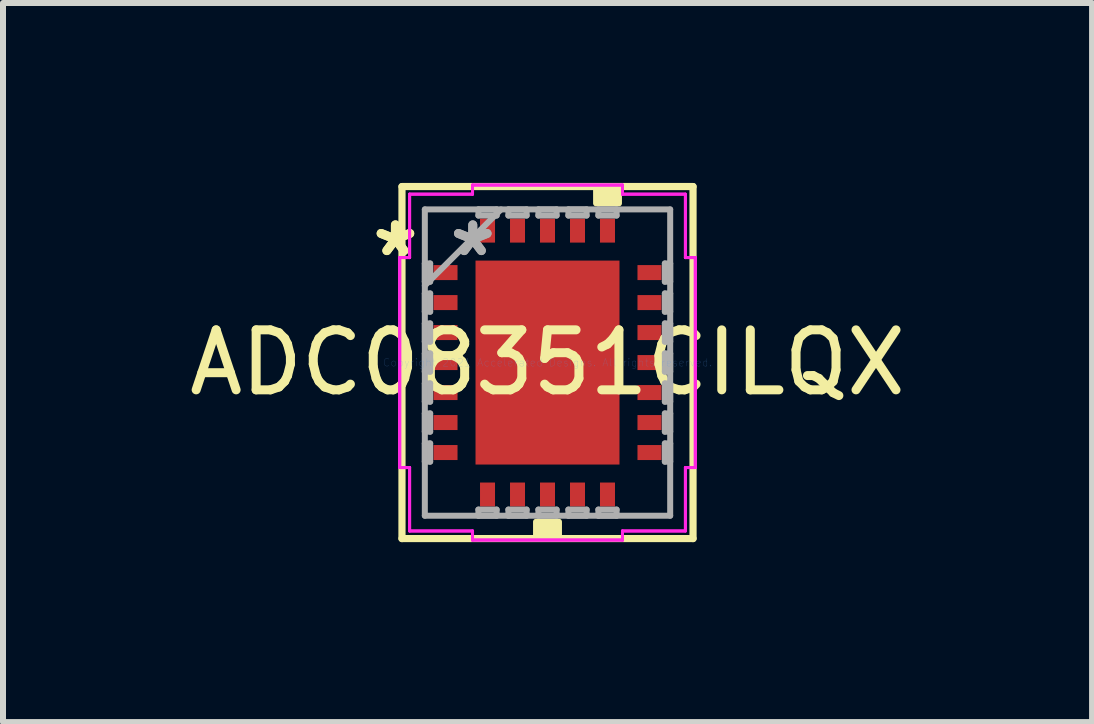
<source format=kicad_pcb>
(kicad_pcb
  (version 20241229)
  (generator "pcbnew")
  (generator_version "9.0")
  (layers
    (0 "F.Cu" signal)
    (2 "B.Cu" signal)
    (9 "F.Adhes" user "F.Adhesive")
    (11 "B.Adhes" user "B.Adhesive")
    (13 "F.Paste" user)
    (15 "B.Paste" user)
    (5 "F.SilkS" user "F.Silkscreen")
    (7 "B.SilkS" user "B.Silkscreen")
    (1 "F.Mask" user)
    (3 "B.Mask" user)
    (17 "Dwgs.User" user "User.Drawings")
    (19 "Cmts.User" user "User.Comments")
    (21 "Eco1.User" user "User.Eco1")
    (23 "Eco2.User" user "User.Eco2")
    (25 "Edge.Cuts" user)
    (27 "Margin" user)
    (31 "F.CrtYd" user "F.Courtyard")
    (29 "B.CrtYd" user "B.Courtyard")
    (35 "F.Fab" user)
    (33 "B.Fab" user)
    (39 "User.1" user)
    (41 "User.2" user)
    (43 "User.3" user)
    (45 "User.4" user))
  (footprint "ADC08351CILQX"
    (layer "F.Cu")
    (at 6.077 2.994)
    (property "Reference" "ADC08351CILQX" (at 0 0 0) (layer "F.SilkS") (effects (font (size 1 1) (thickness 0.15))))
    (attr through_hole)
    (fp_line (start -2.426 -2.934) (end -2.426 2.934) (stroke (width 0.12) (type solid)) (layer "F.SilkS"))
    (fp_line (start -2.426 2.934) (end 2.426 2.934) (stroke (width 0.12) (type solid)) (layer "F.SilkS"))
    (fp_line (start 2.426 -2.934) (end -2.426 -2.934) (stroke (width 0.12) (type solid)) (layer "F.SilkS"))
    (fp_line (start 2.426 2.934) (end 2.426 -2.934) (stroke (width 0.12) (type solid)) (layer "F.SilkS"))
    (fp_poly (pts (xy -0.191 2.654) (xy -0.191 2.908) (xy 0.191 2.908) (xy 0.191 2.654)) (stroke (width 0.1) (type solid)) (fill yes) (layer "F.SilkS"))
    (fp_poly (pts (xy 0.81 -2.654) (xy 0.81 -2.908) (xy 1.191 -2.908) (xy 1.191 -2.654)) (stroke (width 0.1) (type solid)) (fill yes) (layer "F.SilkS"))
    (fp_poly (pts (xy -2 -1.625) (xy -2 -1.375) (xy -1.6 -1.375) (xy -1.6 -1.625)) (stroke (width 0.1) (type solid)) (fill yes) (layer "F.Paste"))
    (fp_poly (pts (xy -2 -1.125) (xy -2 -0.875) (xy -1.6 -0.875) (xy -1.6 -1.125)) (stroke (width 0.1) (type solid)) (fill yes) (layer "F.Paste"))
    (fp_poly (pts (xy -2 -0.625) (xy -2 -0.375) (xy -1.6 -0.375) (xy -1.6 -0.625)) (stroke (width 0.1) (type solid)) (fill yes) (layer "F.Paste"))
    (fp_poly (pts (xy -2 -0.125) (xy -2 0.125) (xy -1.6 0.125) (xy -1.6 -0.125)) (stroke (width 0.1) (type solid)) (fill yes) (layer "F.Paste"))
    (fp_poly (pts (xy -2 0.375) (xy -2 0.625) (xy -1.6 0.625) (xy -1.6 0.375)) (stroke (width 0.1) (type solid)) (fill yes) (layer "F.Paste"))
    (fp_poly (pts (xy -2 0.875) (xy -2 1.125) (xy -1.6 1.125) (xy -1.6 0.875)) (stroke (width 0.1) (type solid)) (fill yes) (layer "F.Paste"))
    (fp_poly (pts (xy -2 1.375) (xy -2 1.625) (xy -1.6 1.625) (xy -1.6 1.375)) (stroke (width 0.1) (type solid)) (fill yes) (layer "F.Paste"))
    (fp_poly (pts (xy -1.125 -2.5) (xy -1.125 -2.1) (xy -0.875 -2.1) (xy -0.875 -2.5)) (stroke (width 0.1) (type solid)) (fill yes) (layer "F.Paste"))
    (fp_poly (pts (xy -1.125 2.1) (xy -1.125 2.5) (xy -0.875 2.5) (xy -0.875 2.1)) (stroke (width 0.1) (type solid)) (fill yes) (layer "F.Paste"))
    (fp_poly (pts (xy -1.1 -1.6) (xy -1.1 -0.1) (xy -0.1 -0.1) (xy -0.1 -1.6)) (stroke (width 0.1) (type solid)) (fill yes) (layer "F.Paste"))
    (fp_poly (pts (xy -1.1 0.1) (xy -1.1 1.6) (xy -0.1 1.6) (xy -0.1 0.1)) (stroke (width 0.1) (type solid)) (fill yes) (layer "F.Paste"))
    (fp_poly (pts (xy -0.625 -2.5) (xy -0.625 -2.1) (xy -0.375 -2.1) (xy -0.375 -2.5)) (stroke (width 0.1) (type solid)) (fill yes) (layer "F.Paste"))
    (fp_poly (pts (xy -0.625 2.1) (xy -0.625 2.5) (xy -0.375 2.5) (xy -0.375 2.1)) (stroke (width 0.1) (type solid)) (fill yes) (layer "F.Paste"))
    (fp_poly (pts (xy -0.125 -2.5) (xy -0.125 -2.1) (xy 0.125 -2.1) (xy 0.125 -2.5)) (stroke (width 0.1) (type solid)) (fill yes) (layer "F.Paste"))
    (fp_poly (pts (xy -0.125 2.1) (xy -0.125 2.5) (xy 0.125 2.5) (xy 0.125 2.1)) (stroke (width 0.1) (type solid)) (fill yes) (layer "F.Paste"))
    (fp_poly (pts (xy 0.1 -1.6) (xy 0.1 -0.1) (xy 1.1 -0.1) (xy 1.1 -1.6)) (stroke (width 0.1) (type solid)) (fill yes) (layer "F.Paste"))
    (fp_poly (pts (xy 0.1 0.1) (xy 0.1 1.6) (xy 1.1 1.6) (xy 1.1 0.1)) (stroke (width 0.1) (type solid)) (fill yes) (layer "F.Paste"))
    (fp_poly (pts (xy 0.375 -2.5) (xy 0.375 -2.1) (xy 0.625 -2.1) (xy 0.625 -2.5)) (stroke (width 0.1) (type solid)) (fill yes) (layer "F.Paste"))
    (fp_poly (pts (xy 0.375 2.1) (xy 0.375 2.5) (xy 0.625 2.5) (xy 0.625 2.1)) (stroke (width 0.1) (type solid)) (fill yes) (layer "F.Paste"))
    (fp_poly (pts (xy 0.875 -2.5) (xy 0.875 -2.1) (xy 1.125 -2.1) (xy 1.125 -2.5)) (stroke (width 0.1) (type solid)) (fill yes) (layer "F.Paste"))
    (fp_poly (pts (xy 0.875 2.1) (xy 0.875 2.5) (xy 1.125 2.5) (xy 1.125 2.1)) (stroke (width 0.1) (type solid)) (fill yes) (layer "F.Paste"))
    (fp_poly (pts (xy 1.6 -1.625) (xy 1.6 -1.375) (xy 2 -1.375) (xy 2 -1.625)) (stroke (width 0.1) (type solid)) (fill yes) (layer "F.Paste"))
    (fp_poly (pts (xy 1.6 -1.125) (xy 1.6 -0.875) (xy 2 -0.875) (xy 2 -1.125)) (stroke (width 0.1) (type solid)) (fill yes) (layer "F.Paste"))
    (fp_poly (pts (xy 1.6 -0.625) (xy 1.6 -0.375) (xy 2 -0.375) (xy 2 -0.625)) (stroke (width 0.1) (type solid)) (fill yes) (layer "F.Paste"))
    (fp_poly (pts (xy 1.6 -0.125) (xy 1.6 0.125) (xy 2 0.125) (xy 2 -0.125)) (stroke (width 0.1) (type solid)) (fill yes) (layer "F.Paste"))
    (fp_poly (pts (xy 1.6 0.375) (xy 1.6 0.625) (xy 2 0.625) (xy 2 0.375)) (stroke (width 0.1) (type solid)) (fill yes) (layer "F.Paste"))
    (fp_poly (pts (xy 1.6 0.875) (xy 1.6 1.125) (xy 2 1.125) (xy 2 0.875)) (stroke (width 0.1) (type solid)) (fill yes) (layer "F.Paste"))
    (fp_poly (pts (xy 1.6 1.375) (xy 1.6 1.625) (xy 2 1.625) (xy 2 1.375)) (stroke (width 0.1) (type solid)) (fill yes) (layer "F.Paste"))
    (fp_line (start -2.464 -1.75) (end -2.299 -1.75) (stroke (width 0.05) (type solid)) (layer "F.CrtYd"))
    (fp_line (start -2.464 -1.75) (end -2.299 -1.75) (stroke (width 0.05) (type solid)) (layer "F.CrtYd"))
    (fp_line (start -2.464 1.75) (end -2.464 -1.75) (stroke (width 0.05) (type solid)) (layer "F.CrtYd"))
    (fp_line (start -2.464 1.75) (end -2.464 -1.75) (stroke (width 0.05) (type solid)) (layer "F.CrtYd"))
    (fp_line (start -2.299 -2.807) (end -1.25 -2.807) (stroke (width 0.05) (type solid)) (layer "F.CrtYd"))
    (fp_line (start -2.299 -2.807) (end -1.25 -2.807) (stroke (width 0.05) (type solid)) (layer "F.CrtYd"))
    (fp_line (start -2.299 -1.75) (end -2.299 -2.807) (stroke (width 0.05) (type solid)) (layer "F.CrtYd"))
    (fp_line (start -2.299 -1.75) (end -2.299 -2.807) (stroke (width 0.05) (type solid)) (layer "F.CrtYd"))
    (fp_line (start -2.299 1.75) (end -2.464 1.75) (stroke (width 0.05) (type solid)) (layer "F.CrtYd"))
    (fp_line (start -2.299 1.75) (end -2.464 1.75) (stroke (width 0.05) (type solid)) (layer "F.CrtYd"))
    (fp_line (start -2.299 2.807) (end -2.299 1.75) (stroke (width 0.05) (type solid)) (layer "F.CrtYd"))
    (fp_line (start -2.299 2.807) (end -2.299 1.75) (stroke (width 0.05) (type solid)) (layer "F.CrtYd"))
    (fp_line (start -1.25 -2.959) (end 1.25 -2.959) (stroke (width 0.05) (type solid)) (layer "F.CrtYd"))
    (fp_line (start -1.25 -2.959) (end 1.25 -2.959) (stroke (width 0.05) (type solid)) (layer "F.CrtYd"))
    (fp_line (start -1.25 -2.807) (end -1.25 -2.959) (stroke (width 0.05) (type solid)) (layer "F.CrtYd"))
    (fp_line (start -1.25 -2.807) (end -1.25 -2.959) (stroke (width 0.05) (type solid)) (layer "F.CrtYd"))
    (fp_line (start -1.25 2.807) (end -2.299 2.807) (stroke (width 0.05) (type solid)) (layer "F.CrtYd"))
    (fp_line (start -1.25 2.807) (end -2.299 2.807) (stroke (width 0.05) (type solid)) (layer "F.CrtYd"))
    (fp_line (start -1.25 2.959) (end -1.25 2.807) (stroke (width 0.05) (type solid)) (layer "F.CrtYd"))
    (fp_line (start -1.25 2.959) (end -1.25 2.807) (stroke (width 0.05) (type solid)) (layer "F.CrtYd"))
    (fp_line (start 1.25 -2.959) (end 1.25 -2.807) (stroke (width 0.05) (type solid)) (layer "F.CrtYd"))
    (fp_line (start 1.25 -2.959) (end 1.25 -2.807) (stroke (width 0.05) (type solid)) (layer "F.CrtYd"))
    (fp_line (start 1.25 -2.807) (end 2.299 -2.807) (stroke (width 0.05) (type solid)) (layer "F.CrtYd"))
    (fp_line (start 1.25 -2.807) (end 2.299 -2.807) (stroke (width 0.05) (type solid)) (layer "F.CrtYd"))
    (fp_line (start 1.25 2.807) (end 1.25 2.959) (stroke (width 0.05) (type solid)) (layer "F.CrtYd"))
    (fp_line (start 1.25 2.807) (end 1.25 2.959) (stroke (width 0.05) (type solid)) (layer "F.CrtYd"))
    (fp_line (start 1.25 2.959) (end -1.25 2.959) (stroke (width 0.05) (type solid)) (layer "F.CrtYd"))
    (fp_line (start 1.25 2.959) (end -1.25 2.959) (stroke (width 0.05) (type solid)) (layer "F.CrtYd"))
    (fp_line (start 2.299 -2.807) (end 2.299 -1.75) (stroke (width 0.05) (type solid)) (layer "F.CrtYd"))
    (fp_line (start 2.299 -2.807) (end 2.299 -1.75) (stroke (width 0.05) (type solid)) (layer "F.CrtYd"))
    (fp_line (start 2.299 -1.75) (end 2.464 -1.75) (stroke (width 0.05) (type solid)) (layer "F.CrtYd"))
    (fp_line (start 2.299 -1.75) (end 2.464 -1.75) (stroke (width 0.05) (type solid)) (layer "F.CrtYd"))
    (fp_line (start 2.299 1.75) (end 2.299 2.807) (stroke (width 0.05) (type solid)) (layer "F.CrtYd"))
    (fp_line (start 2.299 1.75) (end 2.299 2.807) (stroke (width 0.05) (type solid)) (layer "F.CrtYd"))
    (fp_line (start 2.299 2.807) (end 1.25 2.807) (stroke (width 0.05) (type solid)) (layer "F.CrtYd"))
    (fp_line (start 2.299 2.807) (end 1.25 2.807) (stroke (width 0.05) (type solid)) (layer "F.CrtYd"))
    (fp_line (start 2.464 -1.75) (end 2.464 1.75) (stroke (width 0.05) (type solid)) (layer "F.CrtYd"))
    (fp_line (start 2.464 -1.75) (end 2.464 1.75) (stroke (width 0.05) (type solid)) (layer "F.CrtYd"))
    (fp_line (start 2.464 1.75) (end 2.299 1.75) (stroke (width 0.05) (type solid)) (layer "F.CrtYd"))
    (fp_line (start 2.464 1.75) (end 2.299 1.75) (stroke (width 0.05) (type solid)) (layer "F.CrtYd"))
    (fp_line (start -2.045 -2.553) (end -2.045 2.553) (stroke (width 0.1) (type solid)) (layer "F.Fab"))
    (fp_line (start -2.045 -1.652) (end -1.956 -1.652) (stroke (width 0.1) (type solid)) (layer "F.Fab"))
    (fp_line (start -2.045 -1.348) (end -2.045 -1.652) (stroke (width 0.1) (type solid)) (layer "F.Fab"))
    (fp_line (start -2.045 -1.283) (end -0.775 -2.553) (stroke (width 0.1) (type solid)) (layer "F.Fab"))
    (fp_line (start -2.045 -1.152) (end -1.956 -1.152) (stroke (width 0.1) (type solid)) (layer "F.Fab"))
    (fp_line (start -2.045 -0.848) (end -2.045 -1.152) (stroke (width 0.1) (type solid)) (layer "F.Fab"))
    (fp_line (start -2.045 -0.652) (end -1.956 -0.652) (stroke (width 0.1) (type solid)) (layer "F.Fab"))
    (fp_line (start -2.045 -0.348) (end -2.045 -0.652) (stroke (width 0.1) (type solid)) (layer "F.Fab"))
    (fp_line (start -2.045 -0.152) (end -1.956 -0.152) (stroke (width 0.1) (type solid)) (layer "F.Fab"))
    (fp_line (start -2.045 0.152) (end -2.045 -0.152) (stroke (width 0.1) (type solid)) (layer "F.Fab"))
    (fp_line (start -2.045 0.348) (end -1.956 0.348) (stroke (width 0.1) (type solid)) (layer "F.Fab"))
    (fp_line (start -2.045 0.652) (end -2.045 0.348) (stroke (width 0.1) (type solid)) (layer "F.Fab"))
    (fp_line (start -2.045 0.848) (end -1.956 0.848) (stroke (width 0.1) (type solid)) (layer "F.Fab"))
    (fp_line (start -2.045 1.152) (end -2.045 0.848) (stroke (width 0.1) (type solid)) (layer "F.Fab"))
    (fp_line (start -2.045 1.348) (end -1.956 1.348) (stroke (width 0.1) (type solid)) (layer "F.Fab"))
    (fp_line (start -2.045 1.652) (end -2.045 1.348) (stroke (width 0.1) (type solid)) (layer "F.Fab"))
    (fp_line (start -2.045 2.553) (end 2.045 2.553) (stroke (width 0.1) (type solid)) (layer "F.Fab"))
    (fp_line (start -1.956 -1.652) (end -1.956 -1.348) (stroke (width 0.1) (type solid)) (layer "F.Fab"))
    (fp_line (start -1.956 -1.348) (end -2.045 -1.348) (stroke (width 0.1) (type solid)) (layer "F.Fab"))
    (fp_line (start -1.956 -1.152) (end -1.956 -0.848) (stroke (width 0.1) (type solid)) (layer "F.Fab"))
    (fp_line (start -1.956 -0.848) (end -2.045 -0.848) (stroke (width 0.1) (type solid)) (layer "F.Fab"))
    (fp_line (start -1.956 -0.652) (end -1.956 -0.348) (stroke (width 0.1) (type solid)) (layer "F.Fab"))
    (fp_line (start -1.956 -0.348) (end -2.045 -0.348) (stroke (width 0.1) (type solid)) (layer "F.Fab"))
    (fp_line (start -1.956 -0.152) (end -1.956 0.152) (stroke (width 0.1) (type solid)) (layer "F.Fab"))
    (fp_line (start -1.956 0.152) (end -2.045 0.152) (stroke (width 0.1) (type solid)) (layer "F.Fab"))
    (fp_line (start -1.956 0.348) (end -1.956 0.652) (stroke (width 0.1) (type solid)) (layer "F.Fab"))
    (fp_line (start -1.956 0.652) (end -2.045 0.652) (stroke (width 0.1) (type solid)) (layer "F.Fab"))
    (fp_line (start -1.956 0.848) (end -1.956 1.152) (stroke (width 0.1) (type solid)) (layer "F.Fab"))
    (fp_line (start -1.956 1.152) (end -2.045 1.152) (stroke (width 0.1) (type solid)) (layer "F.Fab"))
    (fp_line (start -1.956 1.348) (end -1.956 1.652) (stroke (width 0.1) (type solid)) (layer "F.Fab"))
    (fp_line (start -1.956 1.652) (end -2.045 1.652) (stroke (width 0.1) (type solid)) (layer "F.Fab"))
    (fp_line (start -1.152 -2.553) (end -0.848 -2.553) (stroke (width 0.1) (type solid)) (layer "F.Fab"))
    (fp_line (start -1.152 -2.451) (end -1.152 -2.553) (stroke (width 0.1) (type solid)) (layer "F.Fab"))
    (fp_line (start -1.152 2.451) (end -0.848 2.451) (stroke (width 0.1) (type solid)) (layer "F.Fab"))
    (fp_line (start -1.152 2.553) (end -1.152 2.451) (stroke (width 0.1) (type solid)) (layer "F.Fab"))
    (fp_line (start -0.848 -2.553) (end -0.848 -2.451) (stroke (width 0.1) (type solid)) (layer "F.Fab"))
    (fp_line (start -0.848 -2.451) (end -1.152 -2.451) (stroke (width 0.1) (type solid)) (layer "F.Fab"))
    (fp_line (start -0.848 2.451) (end -0.848 2.553) (stroke (width 0.1) (type solid)) (layer "F.Fab"))
    (fp_line (start -0.848 2.553) (end -1.152 2.553) (stroke (width 0.1) (type solid)) (layer "F.Fab"))
    (fp_line (start -0.652 -2.553) (end -0.348 -2.553) (stroke (width 0.1) (type solid)) (layer "F.Fab"))
    (fp_line (start -0.652 -2.451) (end -0.652 -2.553) (stroke (width 0.1) (type solid)) (layer "F.Fab"))
    (fp_line (start -0.652 2.451) (end -0.348 2.451) (stroke (width 0.1) (type solid)) (layer "F.Fab"))
    (fp_line (start -0.652 2.553) (end -0.652 2.451) (stroke (width 0.1) (type solid)) (layer "F.Fab"))
    (fp_line (start -0.348 -2.553) (end -0.348 -2.451) (stroke (width 0.1) (type solid)) (layer "F.Fab"))
    (fp_line (start -0.348 -2.451) (end -0.652 -2.451) (stroke (width 0.1) (type solid)) (layer "F.Fab"))
    (fp_line (start -0.348 2.451) (end -0.348 2.553) (stroke (width 0.1) (type solid)) (layer "F.Fab"))
    (fp_line (start -0.348 2.553) (end -0.652 2.553) (stroke (width 0.1) (type solid)) (layer "F.Fab"))
    (fp_line (start -0.152 -2.553) (end 0.152 -2.553) (stroke (width 0.1) (type solid)) (layer "F.Fab"))
    (fp_line (start -0.152 -2.451) (end -0.152 -2.553) (stroke (width 0.1) (type solid)) (layer "F.Fab"))
    (fp_line (start -0.152 2.451) (end 0.152 2.451) (stroke (width 0.1) (type solid)) (layer "F.Fab"))
    (fp_line (start -0.152 2.553) (end -0.152 2.451) (stroke (width 0.1) (type solid)) (layer "F.Fab"))
    (fp_line (start 0.152 -2.553) (end 0.152 -2.451) (stroke (width 0.1) (type solid)) (layer "F.Fab"))
    (fp_line (start 0.152 -2.451) (end -0.152 -2.451) (stroke (width 0.1) (type solid)) (layer "F.Fab"))
    (fp_line (start 0.152 2.451) (end 0.152 2.553) (stroke (width 0.1) (type solid)) (layer "F.Fab"))
    (fp_line (start 0.152 2.553) (end -0.152 2.553) (stroke (width 0.1) (type solid)) (layer "F.Fab"))
    (fp_line (start 0.348 -2.553) (end 0.652 -2.553) (stroke (width 0.1) (type solid)) (layer "F.Fab"))
    (fp_line (start 0.348 -2.451) (end 0.348 -2.553) (stroke (width 0.1) (type solid)) (layer "F.Fab"))
    (fp_line (start 0.348 2.451) (end 0.652 2.451) (stroke (width 0.1) (type solid)) (layer "F.Fab"))
    (fp_line (start 0.348 2.553) (end 0.348 2.451) (stroke (width 0.1) (type solid)) (layer "F.Fab"))
    (fp_line (start 0.652 -2.553) (end 0.652 -2.451) (stroke (width 0.1) (type solid)) (layer "F.Fab"))
    (fp_line (start 0.652 -2.451) (end 0.348 -2.451) (stroke (width 0.1) (type solid)) (layer "F.Fab"))
    (fp_line (start 0.652 2.451) (end 0.652 2.553) (stroke (width 0.1) (type solid)) (layer "F.Fab"))
    (fp_line (start 0.652 2.553) (end 0.348 2.553) (stroke (width 0.1) (type solid)) (layer "F.Fab"))
    (fp_line (start 0.848 -2.553) (end 1.152 -2.553) (stroke (width 0.1) (type solid)) (layer "F.Fab"))
    (fp_line (start 0.848 -2.451) (end 0.848 -2.553) (stroke (width 0.1) (type solid)) (layer "F.Fab"))
    (fp_line (start 0.848 2.451) (end 1.152 2.451) (stroke (width 0.1) (type solid)) (layer "F.Fab"))
    (fp_line (start 0.848 2.553) (end 0.848 2.451) (stroke (width 0.1) (type solid)) (layer "F.Fab"))
    (fp_line (start 1.152 -2.553) (end 1.152 -2.451) (stroke (width 0.1) (type solid)) (layer "F.Fab"))
    (fp_line (start 1.152 -2.451) (end 0.848 -2.451) (stroke (width 0.1) (type solid)) (layer "F.Fab"))
    (fp_line (start 1.152 2.451) (end 1.152 2.553) (stroke (width 0.1) (type solid)) (layer "F.Fab"))
    (fp_line (start 1.152 2.553) (end 0.848 2.553) (stroke (width 0.1) (type solid)) (layer "F.Fab"))
    (fp_line (start 1.956 -1.652) (end 2.045 -1.652) (stroke (width 0.1) (type solid)) (layer "F.Fab"))
    (fp_line (start 1.956 -1.348) (end 1.956 -1.652) (stroke (width 0.1) (type solid)) (layer "F.Fab"))
    (fp_line (start 1.956 -1.152) (end 2.045 -1.152) (stroke (width 0.1) (type solid)) (layer "F.Fab"))
    (fp_line (start 1.956 -0.848) (end 1.956 -1.152) (stroke (width 0.1) (type solid)) (layer "F.Fab"))
    (fp_line (start 1.956 -0.652) (end 2.045 -0.652) (stroke (width 0.1) (type solid)) (layer "F.Fab"))
    (fp_line (start 1.956 -0.348) (end 1.956 -0.652) (stroke (width 0.1) (type solid)) (layer "F.Fab"))
    (fp_line (start 1.956 -0.152) (end 2.045 -0.152) (stroke (width 0.1) (type solid)) (layer "F.Fab"))
    (fp_line (start 1.956 0.152) (end 1.956 -0.152) (stroke (width 0.1) (type solid)) (layer "F.Fab"))
    (fp_line (start 1.956 0.348) (end 2.045 0.348) (stroke (width 0.1) (type solid)) (layer "F.Fab"))
    (fp_line (start 1.956 0.652) (end 1.956 0.348) (stroke (width 0.1) (type solid)) (layer "F.Fab"))
    (fp_line (start 1.956 0.848) (end 2.045 0.848) (stroke (width 0.1) (type solid)) (layer "F.Fab"))
    (fp_line (start 1.956 1.152) (end 1.956 0.848) (stroke (width 0.1) (type solid)) (layer "F.Fab"))
    (fp_line (start 1.956 1.348) (end 2.045 1.348) (stroke (width 0.1) (type solid)) (layer "F.Fab"))
    (fp_line (start 1.956 1.652) (end 1.956 1.348) (stroke (width 0.1) (type solid)) (layer "F.Fab"))
    (fp_line (start 2.045 -2.553) (end -2.045 -2.553) (stroke (width 0.1) (type solid)) (layer "F.Fab"))
    (fp_line (start 2.045 -1.652) (end 2.045 -1.348) (stroke (width 0.1) (type solid)) (layer "F.Fab"))
    (fp_line (start 2.045 -1.348) (end 1.956 -1.348) (stroke (width 0.1) (type solid)) (layer "F.Fab"))
    (fp_line (start 2.045 -1.152) (end 2.045 -0.848) (stroke (width 0.1) (type solid)) (layer "F.Fab"))
    (fp_line (start 2.045 -0.848) (end 1.956 -0.848) (stroke (width 0.1) (type solid)) (layer "F.Fab"))
    (fp_line (start 2.045 -0.652) (end 2.045 -0.348) (stroke (width 0.1) (type solid)) (layer "F.Fab"))
    (fp_line (start 2.045 -0.348) (end 1.956 -0.348) (stroke (width 0.1) (type solid)) (layer "F.Fab"))
    (fp_line (start 2.045 -0.152) (end 2.045 0.152) (stroke (width 0.1) (type solid)) (layer "F.Fab"))
    (fp_line (start 2.045 0.152) (end 1.956 0.152) (stroke (width 0.1) (type solid)) (layer "F.Fab"))
    (fp_line (start 2.045 0.348) (end 2.045 0.652) (stroke (width 0.1) (type solid)) (layer "F.Fab"))
    (fp_line (start 2.045 0.652) (end 1.956 0.652) (stroke (width 0.1) (type solid)) (layer "F.Fab"))
    (fp_line (start 2.045 0.848) (end 2.045 1.152) (stroke (width 0.1) (type solid)) (layer "F.Fab"))
    (fp_line (start 2.045 1.152) (end 1.956 1.152) (stroke (width 0.1) (type solid)) (layer "F.Fab"))
    (fp_line (start 2.045 1.348) (end 2.045 1.652) (stroke (width 0.1) (type solid)) (layer "F.Fab"))
    (fp_line (start 2.045 1.652) (end 1.956 1.652) (stroke (width 0.1) (type solid)) (layer "F.Fab"))
    (fp_line (start 2.045 2.553) (end 2.045 -2.553) (stroke (width 0.1) (type solid)) (layer "F.Fab"))
    (fp_text user "*" (at -2.535 -1.75 0) (layer "F.SilkS") (effects (font (size 1 1) (thickness 0.15))))
    (fp_text user "*" (at -2.535 -1.75 0) (layer "F.SilkS") (effects (font (size 1 1) (thickness 0.15))))
    (fp_text user "Copyright 2021 Accelerated Designs. All rights reserved." (at 0 0 0) (layer "Cmts.User") (effects (font (size 0.127 0.127) (thickness 0.002))))
    (fp_text user "*" (at -1.246 -1.75 0) (layer "F.Fab") (effects (font (size 1 1) (thickness 0.15))))
    (fp_text user "*" (at -1.246 -1.75 0) (layer "F.Fab") (effects (font (size 1 1) (thickness 0.15))))
    (pad "1" smd rect (at -1.7 -1.5 90) (size 0.25 0.4) (layers "F.Cu" "F.Mask"))
    (pad "2" smd rect (at -1.7 -1 90) (size 0.25 0.4) (layers "F.Cu" "F.Mask"))
    (pad "3" smd rect (at -1.7 -0.5 90) (size 0.25 0.4) (layers "F.Cu" "F.Mask"))
    (pad "4" smd rect (at -1.7 0 90) (size 0.25 0.4) (layers "F.Cu" "F.Mask"))
    (pad "5" smd rect (at -1.7 0.5 90) (size 0.25 0.4) (layers "F.Cu" "F.Mask"))
    (pad "6" smd rect (at -1.7 1 90) (size 0.25 0.4) (layers "F.Cu" "F.Mask"))
    (pad "7" smd rect (at -1.7 1.5 90) (size 0.25 0.4) (layers "F.Cu" "F.Mask"))
    (pad "8" smd rect (at -1 2.2) (size 0.25 0.4) (layers "F.Cu" "F.Mask"))
    (pad "9" smd rect (at -0.5 2.2) (size 0.25 0.4) (layers "F.Cu" "F.Mask"))
    (pad "10" smd rect (at 0 2.2) (size 0.25 0.4) (layers "F.Cu" "F.Mask"))
    (pad "11" smd rect (at 0.5 2.2) (size 0.25 0.4) (layers "F.Cu" "F.Mask"))
    (pad "12" smd rect (at 1 2.2) (size 0.25 0.4) (layers "F.Cu" "F.Mask"))
    (pad "13" smd rect (at 1.7 1.5 90) (size 0.25 0.4) (layers "F.Cu" "F.Mask"))
    (pad "14" smd rect (at 1.7 1 90) (size 0.25 0.4) (layers "F.Cu" "F.Mask"))
    (pad "15" smd rect (at 1.7 0.5 90) (size 0.25 0.4) (layers "F.Cu" "F.Mask"))
    (pad "16" smd rect (at 1.7 0 90) (size 0.25 0.4) (layers "F.Cu" "F.Mask"))
    (pad "17" smd rect (at 1.7 -0.5 90) (size 0.25 0.4) (layers "F.Cu" "F.Mask"))
    (pad "18" smd rect (at 1.7 -1 90) (size 0.25 0.4) (layers "F.Cu" "F.Mask"))
    (pad "19" smd rect (at 1.7 -1.5 90) (size 0.25 0.4) (layers "F.Cu" "F.Mask"))
    (pad "20" smd rect (at 1 -2.2) (size 0.25 0.4) (layers "F.Cu" "F.Mask"))
    (pad "21" smd rect (at 0.5 -2.2) (size 0.25 0.4) (layers "F.Cu" "F.Mask"))
    (pad "22" smd rect (at 0 -2.2) (size 0.25 0.4) (layers "F.Cu" "F.Mask"))
    (pad "23" smd rect (at -0.5 -2.2) (size 0.25 0.4) (layers "F.Cu" "F.Mask"))
    (pad "24" smd rect (at -1 -2.2) (size 0.25 0.4) (layers "F.Cu" "F.Mask"))
    (pad "25" smd rect (at 0 0) (size 2.4 3.4) (layers "F.Cu" "F.Mask")))
  (gr_rect
    (start -3 -3)
    (end 15.155 8.987)
    (stroke (width 0.1) (type default))
    (fill no)
    (layer "Edge.Cuts")))
</source>
